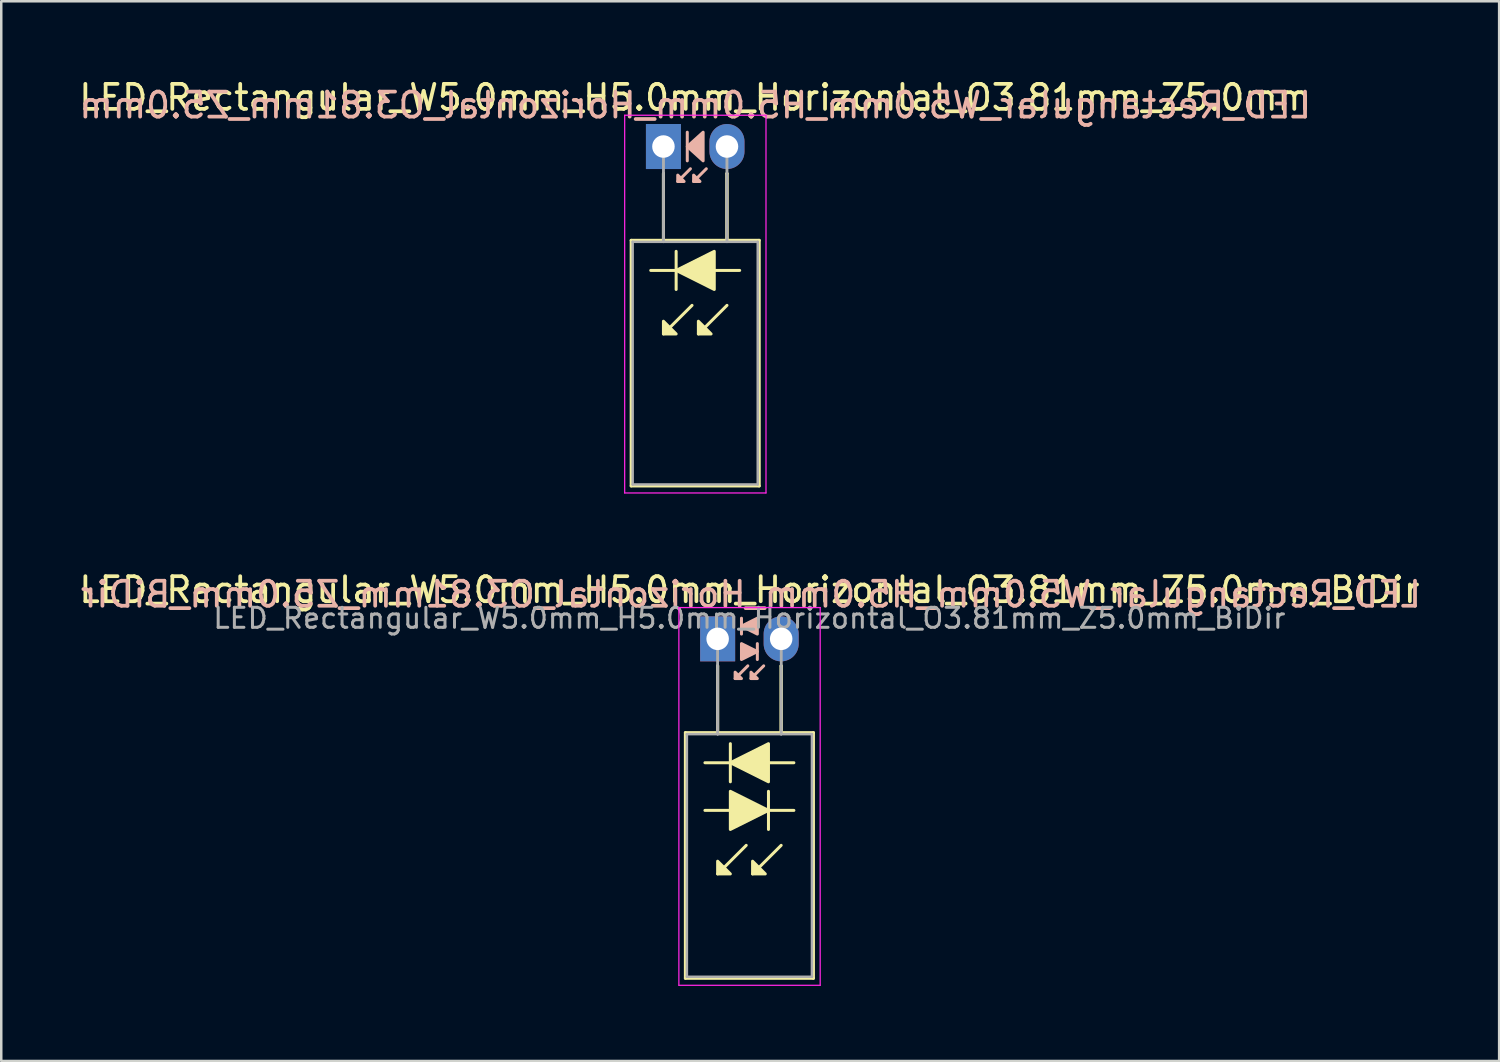
<source format=kicad_pcb>
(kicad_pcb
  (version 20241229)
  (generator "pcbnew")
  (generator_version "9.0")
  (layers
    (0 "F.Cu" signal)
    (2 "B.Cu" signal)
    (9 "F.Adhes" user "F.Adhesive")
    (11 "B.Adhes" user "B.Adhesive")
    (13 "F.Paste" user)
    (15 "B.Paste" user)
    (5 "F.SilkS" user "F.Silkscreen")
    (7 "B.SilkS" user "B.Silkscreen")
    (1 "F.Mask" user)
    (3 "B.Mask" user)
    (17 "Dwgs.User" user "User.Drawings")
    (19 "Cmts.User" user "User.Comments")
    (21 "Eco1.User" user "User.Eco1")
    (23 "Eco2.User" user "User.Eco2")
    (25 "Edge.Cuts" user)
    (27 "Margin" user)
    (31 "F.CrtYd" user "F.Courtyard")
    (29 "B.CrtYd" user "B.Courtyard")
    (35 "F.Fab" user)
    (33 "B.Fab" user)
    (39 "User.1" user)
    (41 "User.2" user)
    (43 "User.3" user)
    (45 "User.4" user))
  (footprint "LED_Rectangular_W5.0mm_H5.0mm_Horizontal_O3.81mm_Z5.0mm"
    (layer "F.Cu")
    (at 23.474 2.808)
    (property "Reference" "LED_Rectangular_W5.0mm_H5.0mm_Horizontal_O3.81mm_Z5.0mm" (at 1.27 -1.96 0) (layer "F.SilkS") (effects (font (size 1 1) (thickness 0.15))))
    (fp_line (start -1.29 3.75) (end -1.29 13.57) (stroke (width 0.12) (type solid)) (layer "F.SilkS"))
    (fp_line (start -1.29 13.57) (end 3.83 13.57) (stroke (width 0.12) (type solid)) (layer "F.SilkS"))
    (fp_line (start 0 1.08) (end 0 1.08) (stroke (width 0.12) (type solid)) (layer "F.SilkS"))
    (fp_line (start 0 1.08) (end 0 3.75) (stroke (width 0.12) (type solid)) (layer "F.SilkS"))
    (fp_line (start 0 3.75) (end 0 1.08) (stroke (width 0.12) (type solid)) (layer "F.SilkS"))
    (fp_line (start 0 3.75) (end 0 3.75) (stroke (width 0.12) (type solid)) (layer "F.SilkS"))
    (fp_line (start 0.508 4.191) (end 0.508 5.715) (stroke (width 0.12) (type solid)) (layer "F.SilkS"))
    (fp_line (start 0.508 4.953) (end -0.508 4.953) (stroke (width 0.12) (type solid)) (layer "F.SilkS"))
    (fp_line (start 1.143 6.35) (end 0 7.493) (stroke (width 0.12) (type solid)) (layer "F.SilkS"))
    (fp_line (start 2.54 1.08) (end 2.54 1.08) (stroke (width 0.12) (type solid)) (layer "F.SilkS"))
    (fp_line (start 2.54 1.08) (end 2.54 3.75) (stroke (width 0.12) (type solid)) (layer "F.SilkS"))
    (fp_line (start 2.54 3.75) (end 2.54 1.08) (stroke (width 0.12) (type solid)) (layer "F.SilkS"))
    (fp_line (start 2.54 3.75) (end 2.54 3.75) (stroke (width 0.12) (type solid)) (layer "F.SilkS"))
    (fp_line (start 2.54 6.35) (end 1.397 7.493) (stroke (width 0.12) (type solid)) (layer "F.SilkS"))
    (fp_line (start 3.048 4.953) (end 2.032 4.953) (stroke (width 0.12) (type solid)) (layer "F.SilkS"))
    (fp_line (start 3.83 3.75) (end -1.29 3.75) (stroke (width 0.12) (type solid)) (layer "F.SilkS"))
    (fp_line (start 3.83 13.57) (end 3.83 3.75) (stroke (width 0.12) (type solid)) (layer "F.SilkS"))
    (fp_poly (pts (xy 0 6.985) (xy 0.508 7.493) (xy 0 7.493)) (stroke (width 0.12) (type solid)) (fill yes) (layer "F.SilkS"))
    (fp_poly (pts (xy 1.397 6.985) (xy 1.905 7.493) (xy 1.397 7.493)) (stroke (width 0.12) (type solid)) (fill yes) (layer "F.SilkS"))
    (fp_poly (pts (xy 2.032 5.715) (xy 0.508 4.953) (xy 2.032 4.191)) (stroke (width 0.12) (type solid)) (fill yes) (layer "F.SilkS"))
    (fp_line (start 0.953 -0.572) (end 0.953 0.572) (stroke (width 0.12) (type solid)) (layer "B.SilkS"))
    (fp_line (start 1.079 0.889) (end 0.572 1.397) (stroke (width 0.12) (type solid)) (layer "B.SilkS"))
    (fp_line (start 1.714 0.889) (end 1.206 1.397) (stroke (width 0.12) (type solid)) (layer "B.SilkS"))
    (fp_poly (pts (xy 0.572 1.143) (xy 0.826 1.397) (xy 0.572 1.397)) (stroke (width 0.12) (type solid)) (fill yes) (layer "B.SilkS"))
    (fp_poly (pts (xy 1.206 1.143) (xy 1.46 1.397) (xy 1.206 1.397)) (stroke (width 0.12) (type solid)) (fill yes) (layer "B.SilkS"))
    (fp_poly (pts (xy 1.587 0.572) (xy 0.953 0) (xy 1.587 -0.572)) (stroke (width 0.12) (type solid)) (fill yes) (layer "B.SilkS"))
    (fp_line (start -1.55 -1.25) (end -1.55 13.85) (stroke (width 0.05) (type solid)) (layer "F.CrtYd"))
    (fp_line (start -1.55 13.85) (end 4.1 13.85) (stroke (width 0.05) (type solid)) (layer "F.CrtYd"))
    (fp_line (start 4.1 -1.25) (end -1.55 -1.25) (stroke (width 0.05) (type solid)) (layer "F.CrtYd"))
    (fp_line (start 4.1 13.85) (end 4.1 -1.25) (stroke (width 0.05) (type solid)) (layer "F.CrtYd"))
    (fp_line (start -1.23 3.81) (end -1.23 13.51) (stroke (width 0.1) (type solid)) (layer "F.Fab"))
    (fp_line (start -1.23 13.51) (end 3.77 13.51) (stroke (width 0.1) (type solid)) (layer "F.Fab"))
    (fp_line (start 0 0) (end 0 0) (stroke (width 0.1) (type solid)) (layer "F.Fab"))
    (fp_line (start 0 0) (end 0 3.81) (stroke (width 0.1) (type solid)) (layer "F.Fab"))
    (fp_line (start 0 3.81) (end 0 0) (stroke (width 0.1) (type solid)) (layer "F.Fab"))
    (fp_line (start 0 3.81) (end 0 3.81) (stroke (width 0.1) (type solid)) (layer "F.Fab"))
    (fp_line (start 2.54 0) (end 2.54 0) (stroke (width 0.1) (type solid)) (layer "F.Fab"))
    (fp_line (start 2.54 0) (end 2.54 3.81) (stroke (width 0.1) (type solid)) (layer "F.Fab"))
    (fp_line (start 2.54 3.81) (end 2.54 0) (stroke (width 0.1) (type solid)) (layer "F.Fab"))
    (fp_line (start 2.54 3.81) (end 2.54 3.81) (stroke (width 0.1) (type solid)) (layer "F.Fab"))
    (fp_line (start 3.77 3.81) (end -1.23 3.81) (stroke (width 0.1) (type solid)) (layer "F.Fab"))
    (fp_line (start 3.77 13.51) (end 3.77 3.81) (stroke (width 0.1) (type solid)) (layer "F.Fab"))
    (fp_text user "${REFERENCE}" (at 1.27 -1.651 0) (layer "B.SilkS") (effects (font (size 1 1) (thickness 0.15)) (justify mirror)))
    (pad "1" thru_hole rect (at 0 0) (size 1.4 1.8) (drill 0.9) (layers "*.Cu" "*.Mask"))
    (pad "2" thru_hole oval (at 2.54 0) (size 1.4 1.8) (drill 0.9) (layers "*.Cu" "*.Mask")))
  (footprint "LED_Rectangular_W5.0mm_H5.0mm_Horizontal_O3.81mm_Z5.0mm_BiDir"
    (layer "F.Cu")
    (at 25.641 22.491)
    (property "Reference" "LED_Rectangular_W5.0mm_H5.0mm_Horizontal_O3.81mm_Z5.0mm_BiDir" (at 1.27 -1.96 0) (layer "F.SilkS") (effects (font (size 1 1) (thickness 0.15))))
    (fp_line (start -1.29 3.75) (end -1.29 13.57) (stroke (width 0.12) (type solid)) (layer "F.SilkS"))
    (fp_line (start -1.29 13.57) (end 3.83 13.57) (stroke (width 0.12) (type solid)) (layer "F.SilkS"))
    (fp_line (start -0.508 6.858) (end 0.508 6.858) (stroke (width 0.12) (type solid)) (layer "F.SilkS"))
    (fp_line (start 0 1.08) (end 0 1.08) (stroke (width 0.12) (type solid)) (layer "F.SilkS"))
    (fp_line (start 0 1.08) (end 0 3.75) (stroke (width 0.12) (type solid)) (layer "F.SilkS"))
    (fp_line (start 0 3.75) (end 0 1.08) (stroke (width 0.12) (type solid)) (layer "F.SilkS"))
    (fp_line (start 0 3.75) (end 0 3.75) (stroke (width 0.12) (type solid)) (layer "F.SilkS"))
    (fp_line (start 0.508 4.191) (end 0.508 5.715) (stroke (width 0.12) (type solid)) (layer "F.SilkS"))
    (fp_line (start 0.508 4.953) (end -0.508 4.953) (stroke (width 0.12) (type solid)) (layer "F.SilkS"))
    (fp_line (start 1.143 8.255) (end 0 9.398) (stroke (width 0.12) (type solid)) (layer "F.SilkS"))
    (fp_line (start 2.032 6.858) (end 3.048 6.858) (stroke (width 0.12) (type solid)) (layer "F.SilkS"))
    (fp_line (start 2.032 7.62) (end 2.032 6.096) (stroke (width 0.12) (type solid)) (layer "F.SilkS"))
    (fp_line (start 2.54 1.08) (end 2.54 1.08) (stroke (width 0.12) (type solid)) (layer "F.SilkS"))
    (fp_line (start 2.54 1.08) (end 2.54 3.75) (stroke (width 0.12) (type solid)) (layer "F.SilkS"))
    (fp_line (start 2.54 3.75) (end 2.54 1.08) (stroke (width 0.12) (type solid)) (layer "F.SilkS"))
    (fp_line (start 2.54 3.75) (end 2.54 3.75) (stroke (width 0.12) (type solid)) (layer "F.SilkS"))
    (fp_line (start 2.54 8.255) (end 1.397 9.398) (stroke (width 0.12) (type solid)) (layer "F.SilkS"))
    (fp_line (start 3.048 4.953) (end 2.032 4.953) (stroke (width 0.12) (type solid)) (layer "F.SilkS"))
    (fp_line (start 3.83 3.75) (end -1.29 3.75) (stroke (width 0.12) (type solid)) (layer "F.SilkS"))
    (fp_line (start 3.83 13.57) (end 3.83 3.75) (stroke (width 0.12) (type solid)) (layer "F.SilkS"))
    (fp_poly (pts (xy 0 8.89) (xy 0.508 9.398) (xy 0 9.398)) (stroke (width 0.12) (type solid)) (fill yes) (layer "F.SilkS"))
    (fp_poly (pts (xy 0.508 6.096) (xy 2.032 6.858) (xy 0.508 7.62)) (stroke (width 0.12) (type solid)) (fill yes) (layer "F.SilkS"))
    (fp_poly (pts (xy 1.397 8.89) (xy 1.905 9.398) (xy 1.397 9.398)) (stroke (width 0.12) (type solid)) (fill yes) (layer "F.SilkS"))
    (fp_poly (pts (xy 2.032 5.715) (xy 0.508 4.953) (xy 2.032 4.191)) (stroke (width 0.12) (type solid)) (fill yes) (layer "F.SilkS"))
    (fp_line (start 0.953 -0.826) (end 0.953 -0.191) (stroke (width 0.12) (type solid)) (layer "B.SilkS"))
    (fp_line (start 1.206 1.079) (end 0.699 1.587) (stroke (width 0.12) (type solid)) (layer "B.SilkS"))
    (fp_line (start 1.587 0.826) (end 1.587 0.191) (stroke (width 0.12) (type solid)) (layer "B.SilkS"))
    (fp_line (start 1.841 1.079) (end 1.333 1.587) (stroke (width 0.12) (type solid)) (layer "B.SilkS"))
    (fp_poly (pts (xy 0.699 1.333) (xy 0.953 1.587) (xy 0.699 1.587)) (stroke (width 0.12) (type solid)) (fill yes) (layer "B.SilkS"))
    (fp_poly (pts (xy 0.953 0.191) (xy 1.587 0.508) (xy 0.953 0.826)) (stroke (width 0.12) (type solid)) (fill yes) (layer "B.SilkS"))
    (fp_poly (pts (xy 1.333 1.333) (xy 1.587 1.587) (xy 1.333 1.587)) (stroke (width 0.12) (type solid)) (fill yes) (layer "B.SilkS"))
    (fp_poly (pts (xy 1.587 -0.191) (xy 0.953 -0.508) (xy 1.587 -0.826)) (stroke (width 0.12) (type solid)) (fill yes) (layer "B.SilkS"))
    (fp_line (start -1.55 -1.25) (end -1.55 13.85) (stroke (width 0.05) (type solid)) (layer "F.CrtYd"))
    (fp_line (start -1.55 13.85) (end 4.1 13.85) (stroke (width 0.05) (type solid)) (layer "F.CrtYd"))
    (fp_line (start 4.1 -1.25) (end -1.55 -1.25) (stroke (width 0.05) (type solid)) (layer "F.CrtYd"))
    (fp_line (start 4.1 13.85) (end 4.1 -1.25) (stroke (width 0.05) (type solid)) (layer "F.CrtYd"))
    (fp_line (start -1.23 3.81) (end -1.23 13.51) (stroke (width 0.1) (type solid)) (layer "F.Fab"))
    (fp_line (start -1.23 13.51) (end 3.77 13.51) (stroke (width 0.1) (type solid)) (layer "F.Fab"))
    (fp_line (start 0 0) (end 0 0) (stroke (width 0.1) (type solid)) (layer "F.Fab"))
    (fp_line (start 0 0) (end 0 3.81) (stroke (width 0.1) (type solid)) (layer "F.Fab"))
    (fp_line (start 0 3.81) (end 0 0) (stroke (width 0.1) (type solid)) (layer "F.Fab"))
    (fp_line (start 0 3.81) (end 0 3.81) (stroke (width 0.1) (type solid)) (layer "F.Fab"))
    (fp_line (start 2.54 0) (end 2.54 0) (stroke (width 0.1) (type solid)) (layer "F.Fab"))
    (fp_line (start 2.54 0) (end 2.54 3.81) (stroke (width 0.1) (type solid)) (layer "F.Fab"))
    (fp_line (start 2.54 3.81) (end 2.54 0) (stroke (width 0.1) (type solid)) (layer "F.Fab"))
    (fp_line (start 2.54 3.81) (end 2.54 3.81) (stroke (width 0.1) (type solid)) (layer "F.Fab"))
    (fp_line (start 3.77 3.81) (end -1.23 3.81) (stroke (width 0.1) (type solid)) (layer "F.Fab"))
    (fp_line (start 3.77 13.51) (end 3.77 3.81) (stroke (width 0.1) (type solid)) (layer "F.Fab"))
    (fp_text user "${REFERENCE}" (at 1.333 -1.778 0) (layer "B.SilkS") (effects (font (size 1 1) (thickness 0.15)) (justify mirror)))
    (fp_text user "${REFERENCE}" (at 1.27 -0.826 0) (layer "F.Fab") (effects (font (size 0.8 0.8) (thickness 0.12))))
    (pad "1" thru_hole rect (at 0 0) (size 1.4 1.8) (drill 0.9) (layers "*.Cu" "*.Mask"))
    (pad "2" thru_hole oval (at 2.54 0) (size 1.4 1.8) (drill 0.9) (layers "*.Cu" "*.Mask")))
  (gr_rect
    (start -3 -3)
    (end 56.885 39.367)
    (stroke (width 0.1) (type default))
    (fill no)
    (layer "Edge.Cuts")))
</source>
